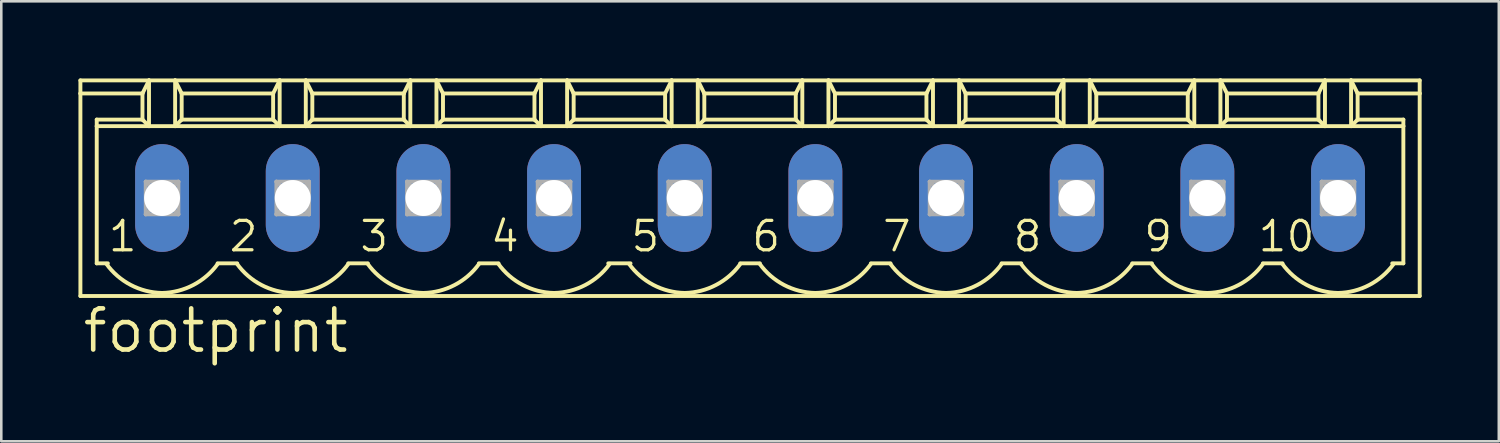
<source format=kicad_pcb>
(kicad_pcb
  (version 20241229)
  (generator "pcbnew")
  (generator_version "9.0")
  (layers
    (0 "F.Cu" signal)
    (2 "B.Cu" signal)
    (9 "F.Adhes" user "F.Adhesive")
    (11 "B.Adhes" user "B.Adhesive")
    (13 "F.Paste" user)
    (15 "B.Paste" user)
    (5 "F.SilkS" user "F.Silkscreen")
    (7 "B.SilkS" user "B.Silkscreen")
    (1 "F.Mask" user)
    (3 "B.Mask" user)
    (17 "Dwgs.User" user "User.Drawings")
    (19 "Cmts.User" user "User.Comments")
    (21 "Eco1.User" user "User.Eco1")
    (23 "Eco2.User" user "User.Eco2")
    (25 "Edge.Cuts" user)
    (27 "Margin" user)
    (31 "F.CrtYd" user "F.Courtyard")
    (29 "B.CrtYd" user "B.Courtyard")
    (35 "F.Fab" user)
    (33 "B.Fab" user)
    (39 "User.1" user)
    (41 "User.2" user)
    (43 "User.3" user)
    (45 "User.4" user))
  (footprint "footprint"
    (layer "F.Cu")
    (at 26.111 4.648)
    (property "Reference" "footprint" (at -26.035 6.096 0) (layer "F.SilkS") (effects (font (size 1.6 1.6) (thickness 0.178)) (justify left bottom)))
    (fp_line (start -26.035 -4.572) (end -26.035 -4.064) (stroke (width 0.152) (type solid)) (layer "F.SilkS"))
    (fp_line (start -26.035 -4.572) (end -23.368 -4.572) (stroke (width 0.152) (type solid)) (layer "F.SilkS"))
    (fp_line (start -26.035 -4.064) (end -26.035 3.81) (stroke (width 0.152) (type solid)) (layer "F.SilkS"))
    (fp_line (start -26.035 -4.064) (end -23.622 -4.064) (stroke (width 0.152) (type solid)) (layer "F.SilkS"))
    (fp_line (start -26.035 3.81) (end 26.035 3.81) (stroke (width 0.152) (type solid)) (layer "F.SilkS"))
    (fp_line (start -25.4 -2.794) (end -25.4 -3.048) (stroke (width 0.152) (type solid)) (layer "F.SilkS"))
    (fp_line (start -25.4 -2.794) (end -23.368 -2.794) (stroke (width 0.152) (type solid)) (layer "F.SilkS"))
    (fp_line (start -25.4 2.54) (end -25.4 -2.794) (stroke (width 0.152) (type solid)) (layer "F.SilkS"))
    (fp_line (start -25.4 2.54) (end -24.968 2.54) (stroke (width 0.152) (type solid)) (layer "F.SilkS"))
    (fp_line (start -23.622 -4.064) (end -23.622 -3.048) (stroke (width 0.152) (type solid)) (layer "F.SilkS"))
    (fp_line (start -23.622 -4.064) (end -23.368 -4.572) (stroke (width 0.152) (type solid)) (layer "F.SilkS"))
    (fp_line (start -23.622 -3.048) (end -25.4 -3.048) (stroke (width 0.152) (type solid)) (layer "F.SilkS"))
    (fp_line (start -23.622 -3.048) (end -23.368 -2.794) (stroke (width 0.152) (type solid)) (layer "F.SilkS"))
    (fp_line (start -23.368 -4.572) (end -22.352 -4.572) (stroke (width 0.152) (type solid)) (layer "F.SilkS"))
    (fp_line (start -23.368 -2.794) (end -23.368 -4.572) (stroke (width 0.152) (type solid)) (layer "F.SilkS"))
    (fp_line (start -23.368 -2.794) (end -22.352 -2.794) (stroke (width 0.152) (type solid)) (layer "F.SilkS"))
    (fp_line (start -22.352 -4.572) (end -22.098 -4.064) (stroke (width 0.152) (type solid)) (layer "F.SilkS"))
    (fp_line (start -22.352 -4.572) (end -18.288 -4.572) (stroke (width 0.152) (type solid)) (layer "F.SilkS"))
    (fp_line (start -22.352 -2.794) (end -22.352 -4.572) (stroke (width 0.152) (type solid)) (layer "F.SilkS"))
    (fp_line (start -22.352 -2.794) (end -18.288 -2.794) (stroke (width 0.152) (type solid)) (layer "F.SilkS"))
    (fp_line (start -22.098 -4.064) (end -22.098 -3.048) (stroke (width 0.152) (type solid)) (layer "F.SilkS"))
    (fp_line (start -22.098 -4.064) (end -18.542 -4.064) (stroke (width 0.152) (type solid)) (layer "F.SilkS"))
    (fp_line (start -22.098 -3.048) (end -22.352 -2.794) (stroke (width 0.152) (type solid)) (layer "F.SilkS"))
    (fp_line (start -20.701 2.54) (end -19.939 2.54) (stroke (width 0.152) (type solid)) (layer "F.SilkS"))
    (fp_line (start -18.542 -4.064) (end -18.542 -3.048) (stroke (width 0.152) (type solid)) (layer "F.SilkS"))
    (fp_line (start -18.542 -4.064) (end -18.288 -4.572) (stroke (width 0.152) (type solid)) (layer "F.SilkS"))
    (fp_line (start -18.542 -3.048) (end -22.098 -3.048) (stroke (width 0.152) (type solid)) (layer "F.SilkS"))
    (fp_line (start -18.542 -3.048) (end -18.288 -2.794) (stroke (width 0.152) (type solid)) (layer "F.SilkS"))
    (fp_line (start -18.288 -4.572) (end -17.272 -4.572) (stroke (width 0.152) (type solid)) (layer "F.SilkS"))
    (fp_line (start -18.288 -2.794) (end -18.288 -4.572) (stroke (width 0.152) (type solid)) (layer "F.SilkS"))
    (fp_line (start -18.288 -2.794) (end -17.272 -2.794) (stroke (width 0.152) (type solid)) (layer "F.SilkS"))
    (fp_line (start -17.272 -4.572) (end -17.018 -4.064) (stroke (width 0.152) (type solid)) (layer "F.SilkS"))
    (fp_line (start -17.272 -4.572) (end -13.208 -4.572) (stroke (width 0.152) (type solid)) (layer "F.SilkS"))
    (fp_line (start -17.272 -2.794) (end -17.272 -4.572) (stroke (width 0.152) (type solid)) (layer "F.SilkS"))
    (fp_line (start -17.272 -2.794) (end -13.208 -2.794) (stroke (width 0.152) (type solid)) (layer "F.SilkS"))
    (fp_line (start -17.018 -4.064) (end -17.018 -3.048) (stroke (width 0.152) (type solid)) (layer "F.SilkS"))
    (fp_line (start -17.018 -4.064) (end -13.462 -4.064) (stroke (width 0.152) (type solid)) (layer "F.SilkS"))
    (fp_line (start -17.018 -3.048) (end -17.272 -2.794) (stroke (width 0.152) (type solid)) (layer "F.SilkS"))
    (fp_line (start -15.621 2.54) (end -14.859 2.54) (stroke (width 0.152) (type solid)) (layer "F.SilkS"))
    (fp_line (start -13.462 -4.064) (end -13.462 -3.048) (stroke (width 0.152) (type solid)) (layer "F.SilkS"))
    (fp_line (start -13.462 -4.064) (end -13.208 -4.572) (stroke (width 0.152) (type solid)) (layer "F.SilkS"))
    (fp_line (start -13.462 -3.048) (end -17.018 -3.048) (stroke (width 0.152) (type solid)) (layer "F.SilkS"))
    (fp_line (start -13.462 -3.048) (end -13.208 -2.794) (stroke (width 0.152) (type solid)) (layer "F.SilkS"))
    (fp_line (start -13.208 -4.572) (end -12.192 -4.572) (stroke (width 0.152) (type solid)) (layer "F.SilkS"))
    (fp_line (start -13.208 -2.794) (end -13.208 -4.572) (stroke (width 0.152) (type solid)) (layer "F.SilkS"))
    (fp_line (start -13.208 -2.794) (end -12.192 -2.794) (stroke (width 0.152) (type solid)) (layer "F.SilkS"))
    (fp_line (start -12.192 -4.572) (end -11.938 -4.064) (stroke (width 0.152) (type solid)) (layer "F.SilkS"))
    (fp_line (start -12.192 -4.572) (end -8.128 -4.572) (stroke (width 0.152) (type solid)) (layer "F.SilkS"))
    (fp_line (start -12.192 -2.794) (end -12.192 -4.572) (stroke (width 0.152) (type solid)) (layer "F.SilkS"))
    (fp_line (start -12.192 -2.794) (end -8.128 -2.794) (stroke (width 0.152) (type solid)) (layer "F.SilkS"))
    (fp_line (start -11.938 -4.064) (end -11.938 -3.048) (stroke (width 0.152) (type solid)) (layer "F.SilkS"))
    (fp_line (start -11.938 -4.064) (end -8.382 -4.064) (stroke (width 0.152) (type solid)) (layer "F.SilkS"))
    (fp_line (start -11.938 -3.048) (end -12.192 -2.794) (stroke (width 0.152) (type solid)) (layer "F.SilkS"))
    (fp_line (start -11.938 -3.048) (end -8.382 -3.048) (stroke (width 0.152) (type solid)) (layer "F.SilkS"))
    (fp_line (start -10.541 2.54) (end -9.779 2.54) (stroke (width 0.152) (type solid)) (layer "F.SilkS"))
    (fp_line (start -8.382 -4.064) (end -8.382 -3.048) (stroke (width 0.152) (type solid)) (layer "F.SilkS"))
    (fp_line (start -8.382 -4.064) (end -8.128 -4.572) (stroke (width 0.152) (type solid)) (layer "F.SilkS"))
    (fp_line (start -8.382 -3.048) (end -8.128 -2.794) (stroke (width 0.152) (type solid)) (layer "F.SilkS"))
    (fp_line (start -8.128 -4.572) (end -7.112 -4.572) (stroke (width 0.152) (type solid)) (layer "F.SilkS"))
    (fp_line (start -8.128 -2.794) (end -8.128 -4.572) (stroke (width 0.152) (type solid)) (layer "F.SilkS"))
    (fp_line (start -8.128 -2.794) (end -7.112 -2.794) (stroke (width 0.152) (type solid)) (layer "F.SilkS"))
    (fp_line (start -7.112 -4.572) (end -6.858 -4.064) (stroke (width 0.152) (type solid)) (layer "F.SilkS"))
    (fp_line (start -7.112 -4.572) (end -3.048 -4.572) (stroke (width 0.152) (type solid)) (layer "F.SilkS"))
    (fp_line (start -7.112 -2.794) (end -7.112 -4.572) (stroke (width 0.152) (type solid)) (layer "F.SilkS"))
    (fp_line (start -7.112 -2.794) (end -3.048 -2.794) (stroke (width 0.152) (type solid)) (layer "F.SilkS"))
    (fp_line (start -6.858 -4.064) (end -6.858 -3.048) (stroke (width 0.152) (type solid)) (layer "F.SilkS"))
    (fp_line (start -6.858 -4.064) (end -3.302 -4.064) (stroke (width 0.152) (type solid)) (layer "F.SilkS"))
    (fp_line (start -6.858 -3.048) (end -7.112 -2.794) (stroke (width 0.152) (type solid)) (layer "F.SilkS"))
    (fp_line (start -5.512 2.54) (end -4.648 2.54) (stroke (width 0.152) (type solid)) (layer "F.SilkS"))
    (fp_line (start -3.302 -4.064) (end -3.302 -3.048) (stroke (width 0.152) (type solid)) (layer "F.SilkS"))
    (fp_line (start -3.302 -4.064) (end -3.048 -4.572) (stroke (width 0.152) (type solid)) (layer "F.SilkS"))
    (fp_line (start -3.302 -3.048) (end -6.858 -3.048) (stroke (width 0.152) (type solid)) (layer "F.SilkS"))
    (fp_line (start -3.302 -3.048) (end -3.048 -2.794) (stroke (width 0.152) (type solid)) (layer "F.SilkS"))
    (fp_line (start -3.048 -4.572) (end -2.032 -4.572) (stroke (width 0.152) (type solid)) (layer "F.SilkS"))
    (fp_line (start -3.048 -2.794) (end -3.048 -4.572) (stroke (width 0.152) (type solid)) (layer "F.SilkS"))
    (fp_line (start -3.048 -2.794) (end -2.032 -2.794) (stroke (width 0.152) (type solid)) (layer "F.SilkS"))
    (fp_line (start -2.032 -4.572) (end -1.778 -4.064) (stroke (width 0.152) (type solid)) (layer "F.SilkS"))
    (fp_line (start -2.032 -4.572) (end 2.032 -4.572) (stroke (width 0.152) (type solid)) (layer "F.SilkS"))
    (fp_line (start -2.032 -2.794) (end -2.032 -4.572) (stroke (width 0.152) (type solid)) (layer "F.SilkS"))
    (fp_line (start -2.032 -2.794) (end 2.032 -2.794) (stroke (width 0.152) (type solid)) (layer "F.SilkS"))
    (fp_line (start -1.778 -4.064) (end -1.778 -3.048) (stroke (width 0.152) (type solid)) (layer "F.SilkS"))
    (fp_line (start -1.778 -4.064) (end 1.778 -4.064) (stroke (width 0.152) (type solid)) (layer "F.SilkS"))
    (fp_line (start -1.778 -3.048) (end -2.032 -2.794) (stroke (width 0.152) (type solid)) (layer "F.SilkS"))
    (fp_line (start -0.381 2.54) (end 0.381 2.54) (stroke (width 0.152) (type solid)) (layer "F.SilkS"))
    (fp_line (start 1.778 -4.064) (end 1.778 -3.048) (stroke (width 0.152) (type solid)) (layer "F.SilkS"))
    (fp_line (start 1.778 -4.064) (end 2.032 -4.572) (stroke (width 0.152) (type solid)) (layer "F.SilkS"))
    (fp_line (start 1.778 -3.048) (end -1.778 -3.048) (stroke (width 0.152) (type solid)) (layer "F.SilkS"))
    (fp_line (start 1.778 -3.048) (end 2.032 -2.794) (stroke (width 0.152) (type solid)) (layer "F.SilkS"))
    (fp_line (start 2.032 -4.572) (end 3.048 -4.572) (stroke (width 0.152) (type solid)) (layer "F.SilkS"))
    (fp_line (start 2.032 -2.794) (end 2.032 -4.572) (stroke (width 0.152) (type solid)) (layer "F.SilkS"))
    (fp_line (start 2.032 -2.794) (end 3.048 -2.794) (stroke (width 0.152) (type solid)) (layer "F.SilkS"))
    (fp_line (start 3.048 -4.572) (end 3.302 -4.064) (stroke (width 0.152) (type solid)) (layer "F.SilkS"))
    (fp_line (start 3.048 -4.572) (end 7.112 -4.572) (stroke (width 0.152) (type solid)) (layer "F.SilkS"))
    (fp_line (start 3.048 -2.794) (end 3.048 -4.572) (stroke (width 0.152) (type solid)) (layer "F.SilkS"))
    (fp_line (start 3.048 -2.794) (end 7.112 -2.794) (stroke (width 0.152) (type solid)) (layer "F.SilkS"))
    (fp_line (start 3.302 -4.064) (end 3.302 -3.048) (stroke (width 0.152) (type solid)) (layer "F.SilkS"))
    (fp_line (start 3.302 -4.064) (end 6.858 -4.064) (stroke (width 0.152) (type solid)) (layer "F.SilkS"))
    (fp_line (start 3.302 -3.048) (end 3.048 -2.794) (stroke (width 0.152) (type solid)) (layer "F.SilkS"))
    (fp_line (start 4.699 2.54) (end 5.461 2.54) (stroke (width 0.152) (type solid)) (layer "F.SilkS"))
    (fp_line (start 6.858 -4.064) (end 6.858 -3.048) (stroke (width 0.152) (type solid)) (layer "F.SilkS"))
    (fp_line (start 6.858 -4.064) (end 7.112 -4.572) (stroke (width 0.152) (type solid)) (layer "F.SilkS"))
    (fp_line (start 6.858 -3.048) (end 3.302 -3.048) (stroke (width 0.152) (type solid)) (layer "F.SilkS"))
    (fp_line (start 6.858 -3.048) (end 7.112 -2.794) (stroke (width 0.152) (type solid)) (layer "F.SilkS"))
    (fp_line (start 7.112 -4.572) (end 8.128 -4.572) (stroke (width 0.152) (type solid)) (layer "F.SilkS"))
    (fp_line (start 7.112 -2.794) (end 7.112 -4.572) (stroke (width 0.152) (type solid)) (layer "F.SilkS"))
    (fp_line (start 7.112 -2.794) (end 8.128 -2.794) (stroke (width 0.152) (type solid)) (layer "F.SilkS"))
    (fp_line (start 8.128 -4.572) (end 8.382 -4.064) (stroke (width 0.152) (type solid)) (layer "F.SilkS"))
    (fp_line (start 8.128 -4.572) (end 12.192 -4.572) (stroke (width 0.152) (type solid)) (layer "F.SilkS"))
    (fp_line (start 8.128 -2.794) (end 8.128 -4.572) (stroke (width 0.152) (type solid)) (layer "F.SilkS"))
    (fp_line (start 8.128 -2.794) (end 12.192 -2.794) (stroke (width 0.152) (type solid)) (layer "F.SilkS"))
    (fp_line (start 8.382 -4.064) (end 8.382 -3.048) (stroke (width 0.152) (type solid)) (layer "F.SilkS"))
    (fp_line (start 8.382 -4.064) (end 11.938 -4.064) (stroke (width 0.152) (type solid)) (layer "F.SilkS"))
    (fp_line (start 8.382 -3.048) (end 8.128 -2.794) (stroke (width 0.152) (type solid)) (layer "F.SilkS"))
    (fp_line (start 8.382 -3.048) (end 11.938 -3.048) (stroke (width 0.152) (type solid)) (layer "F.SilkS"))
    (fp_line (start 9.779 2.54) (end 10.541 2.54) (stroke (width 0.152) (type solid)) (layer "F.SilkS"))
    (fp_line (start 11.938 -4.064) (end 11.938 -3.048) (stroke (width 0.152) (type solid)) (layer "F.SilkS"))
    (fp_line (start 11.938 -4.064) (end 12.192 -4.572) (stroke (width 0.152) (type solid)) (layer "F.SilkS"))
    (fp_line (start 11.938 -3.048) (end 12.192 -2.794) (stroke (width 0.152) (type solid)) (layer "F.SilkS"))
    (fp_line (start 12.192 -4.572) (end 13.208 -4.572) (stroke (width 0.152) (type solid)) (layer "F.SilkS"))
    (fp_line (start 12.192 -2.794) (end 12.192 -4.572) (stroke (width 0.152) (type solid)) (layer "F.SilkS"))
    (fp_line (start 12.192 -2.794) (end 13.208 -2.794) (stroke (width 0.152) (type solid)) (layer "F.SilkS"))
    (fp_line (start 13.208 -4.572) (end 13.462 -4.064) (stroke (width 0.152) (type solid)) (layer "F.SilkS"))
    (fp_line (start 13.208 -4.572) (end 17.272 -4.572) (stroke (width 0.152) (type solid)) (layer "F.SilkS"))
    (fp_line (start 13.208 -2.794) (end 13.208 -4.572) (stroke (width 0.152) (type solid)) (layer "F.SilkS"))
    (fp_line (start 13.208 -2.794) (end 17.272 -2.794) (stroke (width 0.152) (type solid)) (layer "F.SilkS"))
    (fp_line (start 13.462 -4.064) (end 13.462 -3.048) (stroke (width 0.152) (type solid)) (layer "F.SilkS"))
    (fp_line (start 13.462 -4.064) (end 17.018 -4.064) (stroke (width 0.152) (type solid)) (layer "F.SilkS"))
    (fp_line (start 13.462 -3.048) (end 13.208 -2.794) (stroke (width 0.152) (type solid)) (layer "F.SilkS"))
    (fp_line (start 13.462 -3.048) (end 17.018 -3.048) (stroke (width 0.152) (type solid)) (layer "F.SilkS"))
    (fp_line (start 14.859 2.54) (end 15.621 2.54) (stroke (width 0.152) (type solid)) (layer "F.SilkS"))
    (fp_line (start 17.018 -4.064) (end 17.018 -3.048) (stroke (width 0.152) (type solid)) (layer "F.SilkS"))
    (fp_line (start 17.018 -4.064) (end 17.272 -4.572) (stroke (width 0.152) (type solid)) (layer "F.SilkS"))
    (fp_line (start 17.018 -3.048) (end 17.272 -2.794) (stroke (width 0.152) (type solid)) (layer "F.SilkS"))
    (fp_line (start 17.272 -4.572) (end 18.288 -4.572) (stroke (width 0.152) (type solid)) (layer "F.SilkS"))
    (fp_line (start 17.272 -2.794) (end 17.272 -4.572) (stroke (width 0.152) (type solid)) (layer "F.SilkS"))
    (fp_line (start 17.272 -2.794) (end 18.288 -2.794) (stroke (width 0.152) (type solid)) (layer "F.SilkS"))
    (fp_line (start 18.288 -4.572) (end 18.542 -4.064) (stroke (width 0.152) (type solid)) (layer "F.SilkS"))
    (fp_line (start 18.288 -4.572) (end 22.352 -4.572) (stroke (width 0.152) (type solid)) (layer "F.SilkS"))
    (fp_line (start 18.288 -2.794) (end 18.288 -4.572) (stroke (width 0.152) (type solid)) (layer "F.SilkS"))
    (fp_line (start 18.288 -2.794) (end 22.352 -2.794) (stroke (width 0.152) (type solid)) (layer "F.SilkS"))
    (fp_line (start 18.542 -4.064) (end 18.542 -3.048) (stroke (width 0.152) (type solid)) (layer "F.SilkS"))
    (fp_line (start 18.542 -4.064) (end 22.098 -4.064) (stroke (width 0.152) (type solid)) (layer "F.SilkS"))
    (fp_line (start 18.542 -3.048) (end 18.288 -2.794) (stroke (width 0.152) (type solid)) (layer "F.SilkS"))
    (fp_line (start 18.542 -3.048) (end 22.098 -3.048) (stroke (width 0.152) (type solid)) (layer "F.SilkS"))
    (fp_line (start 19.939 2.54) (end 20.701 2.54) (stroke (width 0.152) (type solid)) (layer "F.SilkS"))
    (fp_line (start 22.098 -4.064) (end 22.098 -3.048) (stroke (width 0.152) (type solid)) (layer "F.SilkS"))
    (fp_line (start 22.098 -4.064) (end 22.352 -4.572) (stroke (width 0.152) (type solid)) (layer "F.SilkS"))
    (fp_line (start 22.098 -3.048) (end 22.352 -2.794) (stroke (width 0.152) (type solid)) (layer "F.SilkS"))
    (fp_line (start 22.352 -4.572) (end 23.368 -4.572) (stroke (width 0.152) (type solid)) (layer "F.SilkS"))
    (fp_line (start 22.352 -2.794) (end 22.352 -4.572) (stroke (width 0.152) (type solid)) (layer "F.SilkS"))
    (fp_line (start 22.352 -2.794) (end 23.368 -2.794) (stroke (width 0.152) (type solid)) (layer "F.SilkS"))
    (fp_line (start 23.368 -4.572) (end 23.622 -4.064) (stroke (width 0.152) (type solid)) (layer "F.SilkS"))
    (fp_line (start 23.368 -4.572) (end 26.035 -4.572) (stroke (width 0.152) (type solid)) (layer "F.SilkS"))
    (fp_line (start 23.368 -2.794) (end 23.368 -4.572) (stroke (width 0.152) (type solid)) (layer "F.SilkS"))
    (fp_line (start 23.368 -2.794) (end 25.4 -2.794) (stroke (width 0.152) (type solid)) (layer "F.SilkS"))
    (fp_line (start 23.622 -4.064) (end 23.622 -3.048) (stroke (width 0.152) (type solid)) (layer "F.SilkS"))
    (fp_line (start 23.622 -4.064) (end 26.035 -4.064) (stroke (width 0.152) (type solid)) (layer "F.SilkS"))
    (fp_line (start 23.622 -3.048) (end 23.368 -2.794) (stroke (width 0.152) (type solid)) (layer "F.SilkS"))
    (fp_line (start 23.622 -3.048) (end 25.4 -3.048) (stroke (width 0.152) (type solid)) (layer "F.SilkS"))
    (fp_line (start 24.968 2.54) (end 25.4 2.54) (stroke (width 0.152) (type solid)) (layer "F.SilkS"))
    (fp_line (start 25.4 -3.048) (end 25.4 -2.794) (stroke (width 0.152) (type solid)) (layer "F.SilkS"))
    (fp_line (start 25.4 -2.794) (end 25.4 2.54) (stroke (width 0.152) (type solid)) (layer "F.SilkS"))
    (fp_line (start 26.035 -4.064) (end 26.035 -4.572) (stroke (width 0.152) (type solid)) (layer "F.SilkS"))
    (fp_line (start 26.035 3.81) (end 26.035 -4.064) (stroke (width 0.152) (type solid)) (layer "F.SilkS"))
    (fp_arc (start -22.86 3.6924) (mid -24.077841 3.380804) (end -25.0277 2.5574) (stroke (width 0.1524) (type solid)) (layer "F.SilkS"))
    (fp_arc (start -20.6923 2.5574) (mid -21.64217 3.380783) (end -22.86 3.6924) (stroke (width 0.1524) (type solid)) (layer "F.SilkS"))
    (fp_arc (start -17.78 3.6924) (mid -18.997841 3.380804) (end -19.9477 2.5574) (stroke (width 0.1524) (type solid)) (layer "F.SilkS"))
    (fp_arc (start -15.6123 2.5574) (mid -16.56217 3.380783) (end -17.78 3.6924) (stroke (width 0.1524) (type solid)) (layer "F.SilkS"))
    (fp_arc (start -12.7 3.6924) (mid -13.917841 3.380804) (end -14.8677 2.5574) (stroke (width 0.1524) (type solid)) (layer "F.SilkS"))
    (fp_arc (start -10.5323 2.5574) (mid -11.48217 3.380783) (end -12.7 3.6924) (stroke (width 0.1524) (type solid)) (layer "F.SilkS"))
    (fp_arc (start -7.62 3.6924) (mid -8.837841 3.380804) (end -9.7877 2.5574) (stroke (width 0.1524) (type solid)) (layer "F.SilkS"))
    (fp_arc (start -5.4523 2.5574) (mid -6.402159 3.380804) (end -7.62 3.6924) (stroke (width 0.1524) (type solid)) (layer "F.SilkS"))
    (fp_arc (start -2.54 3.6924) (mid -3.757841 3.380804) (end -4.7077 2.5574) (stroke (width 0.1524) (type solid)) (layer "F.SilkS"))
    (fp_arc (start -0.3723 2.5574) (mid -1.32217 3.380783) (end -2.54 3.6924) (stroke (width 0.1524) (type solid)) (layer "F.SilkS"))
    (fp_arc (start 2.540001 3.6924) (mid 1.322182 3.380763) (end 0.3723 2.5574) (stroke (width 0.1524) (type solid)) (layer "F.SilkS"))
    (fp_arc (start 4.7077 2.557399) (mid 3.757819 3.380762) (end 2.54 3.6924) (stroke (width 0.1524) (type solid)) (layer "F.SilkS"))
    (fp_arc (start 7.620001 3.6924) (mid 6.402182 3.380763) (end 5.4523 2.5574) (stroke (width 0.1524) (type solid)) (layer "F.SilkS"))
    (fp_arc (start 9.7877 2.557399) (mid 8.837819 3.380762) (end 7.62 3.6924) (stroke (width 0.1524) (type solid)) (layer "F.SilkS"))
    (fp_arc (start 12.700001 3.6924) (mid 11.482182 3.380763) (end 10.5323 2.5574) (stroke (width 0.1524) (type solid)) (layer "F.SilkS"))
    (fp_arc (start 14.8677 2.557399) (mid 13.917819 3.380762) (end 12.7 3.6924) (stroke (width 0.1524) (type solid)) (layer "F.SilkS"))
    (fp_arc (start 17.780001 3.6924) (mid 16.562182 3.380763) (end 15.6123 2.5574) (stroke (width 0.1524) (type solid)) (layer "F.SilkS"))
    (fp_arc (start 19.9477 2.557399) (mid 18.997819 3.380762) (end 17.78 3.6924) (stroke (width 0.1524) (type solid)) (layer "F.SilkS"))
    (fp_arc (start 22.860001 3.6924) (mid 21.642182 3.380763) (end 20.6923 2.5574) (stroke (width 0.1524) (type solid)) (layer "F.SilkS"))
    (fp_arc (start 25.0277 2.557399) (mid 24.07783 3.380783) (end 22.86 3.6924) (stroke (width 0.1524) (type solid)) (layer "F.SilkS"))
    (fp_line (start -23.495 -0.635) (end -23.495 0.635) (stroke (width 0.152) (type solid)) (layer "F.Fab"))
    (fp_line (start -23.495 -0.635) (end -22.225 0.635) (stroke (width 0.152) (type solid)) (layer "F.Fab"))
    (fp_line (start -23.495 0.635) (end -22.225 -0.635) (stroke (width 0.152) (type solid)) (layer "F.Fab"))
    (fp_line (start -23.495 0.635) (end -22.225 0.635) (stroke (width 0.152) (type solid)) (layer "F.Fab"))
    (fp_line (start -22.225 -0.635) (end -23.495 -0.635) (stroke (width 0.152) (type solid)) (layer "F.Fab"))
    (fp_line (start -22.225 0.635) (end -22.225 -0.635) (stroke (width 0.152) (type solid)) (layer "F.Fab"))
    (fp_line (start -18.415 -0.635) (end -18.415 0.635) (stroke (width 0.152) (type solid)) (layer "F.Fab"))
    (fp_line (start -18.415 -0.635) (end -17.145 0.635) (stroke (width 0.152) (type solid)) (layer "F.Fab"))
    (fp_line (start -18.415 0.635) (end -17.145 -0.635) (stroke (width 0.152) (type solid)) (layer "F.Fab"))
    (fp_line (start -18.415 0.635) (end -17.145 0.635) (stroke (width 0.152) (type solid)) (layer "F.Fab"))
    (fp_line (start -17.145 -0.635) (end -18.415 -0.635) (stroke (width 0.152) (type solid)) (layer "F.Fab"))
    (fp_line (start -17.145 0.635) (end -17.145 -0.635) (stroke (width 0.152) (type solid)) (layer "F.Fab"))
    (fp_line (start -13.335 -0.635) (end -13.335 0.635) (stroke (width 0.152) (type solid)) (layer "F.Fab"))
    (fp_line (start -13.335 -0.635) (end -12.065 0.635) (stroke (width 0.152) (type solid)) (layer "F.Fab"))
    (fp_line (start -13.335 0.635) (end -12.065 -0.635) (stroke (width 0.152) (type solid)) (layer "F.Fab"))
    (fp_line (start -13.335 0.635) (end -12.065 0.635) (stroke (width 0.152) (type solid)) (layer "F.Fab"))
    (fp_line (start -12.065 -0.635) (end -13.335 -0.635) (stroke (width 0.152) (type solid)) (layer "F.Fab"))
    (fp_line (start -12.065 0.635) (end -12.065 -0.635) (stroke (width 0.152) (type solid)) (layer "F.Fab"))
    (fp_line (start -8.255 -0.635) (end -8.255 0.635) (stroke (width 0.152) (type solid)) (layer "F.Fab"))
    (fp_line (start -8.255 -0.635) (end -6.985 0.635) (stroke (width 0.152) (type solid)) (layer "F.Fab"))
    (fp_line (start -8.255 0.635) (end -6.985 -0.635) (stroke (width 0.152) (type solid)) (layer "F.Fab"))
    (fp_line (start -8.255 0.635) (end -6.985 0.635) (stroke (width 0.152) (type solid)) (layer "F.Fab"))
    (fp_line (start -6.985 -0.635) (end -8.255 -0.635) (stroke (width 0.152) (type solid)) (layer "F.Fab"))
    (fp_line (start -6.985 0.635) (end -6.985 -0.635) (stroke (width 0.152) (type solid)) (layer "F.Fab"))
    (fp_line (start -3.175 -0.635) (end -3.175 0.635) (stroke (width 0.152) (type solid)) (layer "F.Fab"))
    (fp_line (start -3.175 -0.635) (end -1.905 0.635) (stroke (width 0.152) (type solid)) (layer "F.Fab"))
    (fp_line (start -3.175 0.635) (end -1.905 -0.635) (stroke (width 0.152) (type solid)) (layer "F.Fab"))
    (fp_line (start -3.175 0.635) (end -1.905 0.635) (stroke (width 0.152) (type solid)) (layer "F.Fab"))
    (fp_line (start -1.905 -0.635) (end -3.175 -0.635) (stroke (width 0.152) (type solid)) (layer "F.Fab"))
    (fp_line (start -1.905 0.635) (end -1.905 -0.635) (stroke (width 0.152) (type solid)) (layer "F.Fab"))
    (fp_line (start 1.905 -0.635) (end 1.905 0.635) (stroke (width 0.152) (type solid)) (layer "F.Fab"))
    (fp_line (start 1.905 -0.635) (end 3.175 0.635) (stroke (width 0.152) (type solid)) (layer "F.Fab"))
    (fp_line (start 1.905 0.635) (end 3.175 -0.635) (stroke (width 0.152) (type solid)) (layer "F.Fab"))
    (fp_line (start 1.905 0.635) (end 3.175 0.635) (stroke (width 0.152) (type solid)) (layer "F.Fab"))
    (fp_line (start 3.175 -0.635) (end 1.905 -0.635) (stroke (width 0.152) (type solid)) (layer "F.Fab"))
    (fp_line (start 3.175 0.635) (end 3.175 -0.635) (stroke (width 0.152) (type solid)) (layer "F.Fab"))
    (fp_line (start 6.985 -0.635) (end 6.985 0.635) (stroke (width 0.152) (type solid)) (layer "F.Fab"))
    (fp_line (start 6.985 -0.635) (end 8.255 0.635) (stroke (width 0.152) (type solid)) (layer "F.Fab"))
    (fp_line (start 6.985 0.635) (end 8.255 -0.635) (stroke (width 0.152) (type solid)) (layer "F.Fab"))
    (fp_line (start 6.985 0.635) (end 8.255 0.635) (stroke (width 0.152) (type solid)) (layer "F.Fab"))
    (fp_line (start 8.255 -0.635) (end 6.985 -0.635) (stroke (width 0.152) (type solid)) (layer "F.Fab"))
    (fp_line (start 8.255 0.635) (end 8.255 -0.635) (stroke (width 0.152) (type solid)) (layer "F.Fab"))
    (fp_line (start 12.065 -0.635) (end 12.065 0.635) (stroke (width 0.152) (type solid)) (layer "F.Fab"))
    (fp_line (start 12.065 -0.635) (end 13.335 0.635) (stroke (width 0.152) (type solid)) (layer "F.Fab"))
    (fp_line (start 12.065 0.635) (end 13.335 -0.635) (stroke (width 0.152) (type solid)) (layer "F.Fab"))
    (fp_line (start 12.065 0.635) (end 13.335 0.635) (stroke (width 0.152) (type solid)) (layer "F.Fab"))
    (fp_line (start 13.335 -0.635) (end 12.065 -0.635) (stroke (width 0.152) (type solid)) (layer "F.Fab"))
    (fp_line (start 13.335 0.635) (end 13.335 -0.635) (stroke (width 0.152) (type solid)) (layer "F.Fab"))
    (fp_line (start 17.145 -0.635) (end 17.145 0.635) (stroke (width 0.152) (type solid)) (layer "F.Fab"))
    (fp_line (start 17.145 -0.635) (end 18.415 0.635) (stroke (width 0.152) (type solid)) (layer "F.Fab"))
    (fp_line (start 17.145 0.635) (end 18.415 -0.635) (stroke (width 0.152) (type solid)) (layer "F.Fab"))
    (fp_line (start 17.145 0.635) (end 18.415 0.635) (stroke (width 0.152) (type solid)) (layer "F.Fab"))
    (fp_line (start 18.415 -0.635) (end 17.145 -0.635) (stroke (width 0.152) (type solid)) (layer "F.Fab"))
    (fp_line (start 18.415 0.635) (end 18.415 -0.635) (stroke (width 0.152) (type solid)) (layer "F.Fab"))
    (fp_line (start 22.225 -0.635) (end 22.225 0.635) (stroke (width 0.152) (type solid)) (layer "F.Fab"))
    (fp_line (start 22.225 -0.635) (end 23.495 0.635) (stroke (width 0.152) (type solid)) (layer "F.Fab"))
    (fp_line (start 22.225 0.635) (end 23.495 -0.635) (stroke (width 0.152) (type solid)) (layer "F.Fab"))
    (fp_line (start 22.225 0.635) (end 23.495 0.635) (stroke (width 0.152) (type solid)) (layer "F.Fab"))
    (fp_line (start 23.495 -0.635) (end 22.225 -0.635) (stroke (width 0.152) (type solid)) (layer "F.Fab"))
    (fp_line (start 23.495 0.635) (end 23.495 -0.635) (stroke (width 0.152) (type solid)) (layer "F.Fab"))
    (fp_text user "4" (at -10.16 2.159 0) (layer "F.SilkS") (effects (font (size 1.143 1.143) (thickness 0.127)) (justify left bottom)))
    (fp_text user "6" (at 0 2.159 0) (layer "F.SilkS") (effects (font (size 1.143 1.143) (thickness 0.127)) (justify left bottom)))
    (fp_text user "7" (at 5.08 2.159 0) (layer "F.SilkS") (effects (font (size 1.143 1.143) (thickness 0.127)) (justify left bottom)))
    (fp_text user "9" (at 15.24 2.159 0) (layer "F.SilkS") (effects (font (size 1.143 1.143) (thickness 0.127)) (justify left bottom)))
    (fp_text user "10" (at 19.685 2.159 0) (layer "F.SilkS") (effects (font (size 1.143 1.143) (thickness 0.127)) (justify left bottom)))
    (fp_text user "1" (at -25.019 2.159 0) (layer "F.SilkS") (effects (font (size 1.143 1.143) (thickness 0.127)) (justify left bottom)))
    (fp_text user "3" (at -15.24 2.159 0) (layer "F.SilkS") (effects (font (size 1.143 1.143) (thickness 0.127)) (justify left bottom)))
    (fp_text user "8" (at 10.16 2.159 0) (layer "F.SilkS") (effects (font (size 1.143 1.143) (thickness 0.127)) (justify left bottom)))
    (fp_text user "2" (at -20.32 2.159 0) (layer "F.SilkS") (effects (font (size 1.143 1.143) (thickness 0.127)) (justify left bottom)))
    (fp_text user "5" (at -4.699 2.159 0) (layer "F.SilkS") (effects (font (size 1.143 1.143) (thickness 0.127)) (justify left bottom)))
    (pad "1" thru_hole oval (at -22.86 0 90) (size 4.191 2.095) (drill 1.397) (layers "*.Cu" "*.Mask"))
    (pad "2" thru_hole oval (at -17.78 0 90) (size 4.191 2.095) (drill 1.397) (layers "*.Cu" "*.Mask"))
    (pad "3" thru_hole oval (at -12.7 0 90) (size 4.191 2.095) (drill 1.397) (layers "*.Cu" "*.Mask"))
    (pad "4" thru_hole oval (at -7.62 0 90) (size 4.191 2.095) (drill 1.397) (layers "*.Cu" "*.Mask"))
    (pad "5" thru_hole oval (at -2.54 0 90) (size 4.191 2.095) (drill 1.397) (layers "*.Cu" "*.Mask"))
    (pad "6" thru_hole oval (at 2.54 0 90) (size 4.191 2.095) (drill 1.397) (layers "*.Cu" "*.Mask"))
    (pad "7" thru_hole oval (at 7.62 0 90) (size 4.191 2.095) (drill 1.397) (layers "*.Cu" "*.Mask"))
    (pad "8" thru_hole oval (at 12.7 0 90) (size 4.191 2.095) (drill 1.397) (layers "*.Cu" "*.Mask"))
    (pad "9" thru_hole oval (at 17.78 0 90) (size 4.191 2.095) (drill 1.397) (layers "*.Cu" "*.Mask"))
    (pad "10" thru_hole oval (at 22.86 0 90) (size 4.191 2.095) (drill 1.397) (layers "*.Cu" "*.Mask")))
  (gr_rect
    (start -3 -3)
    (end 55.222 14.107)
    (stroke (width 0.1) (type default))
    (fill no)
    (layer "Edge.Cuts")))
</source>
